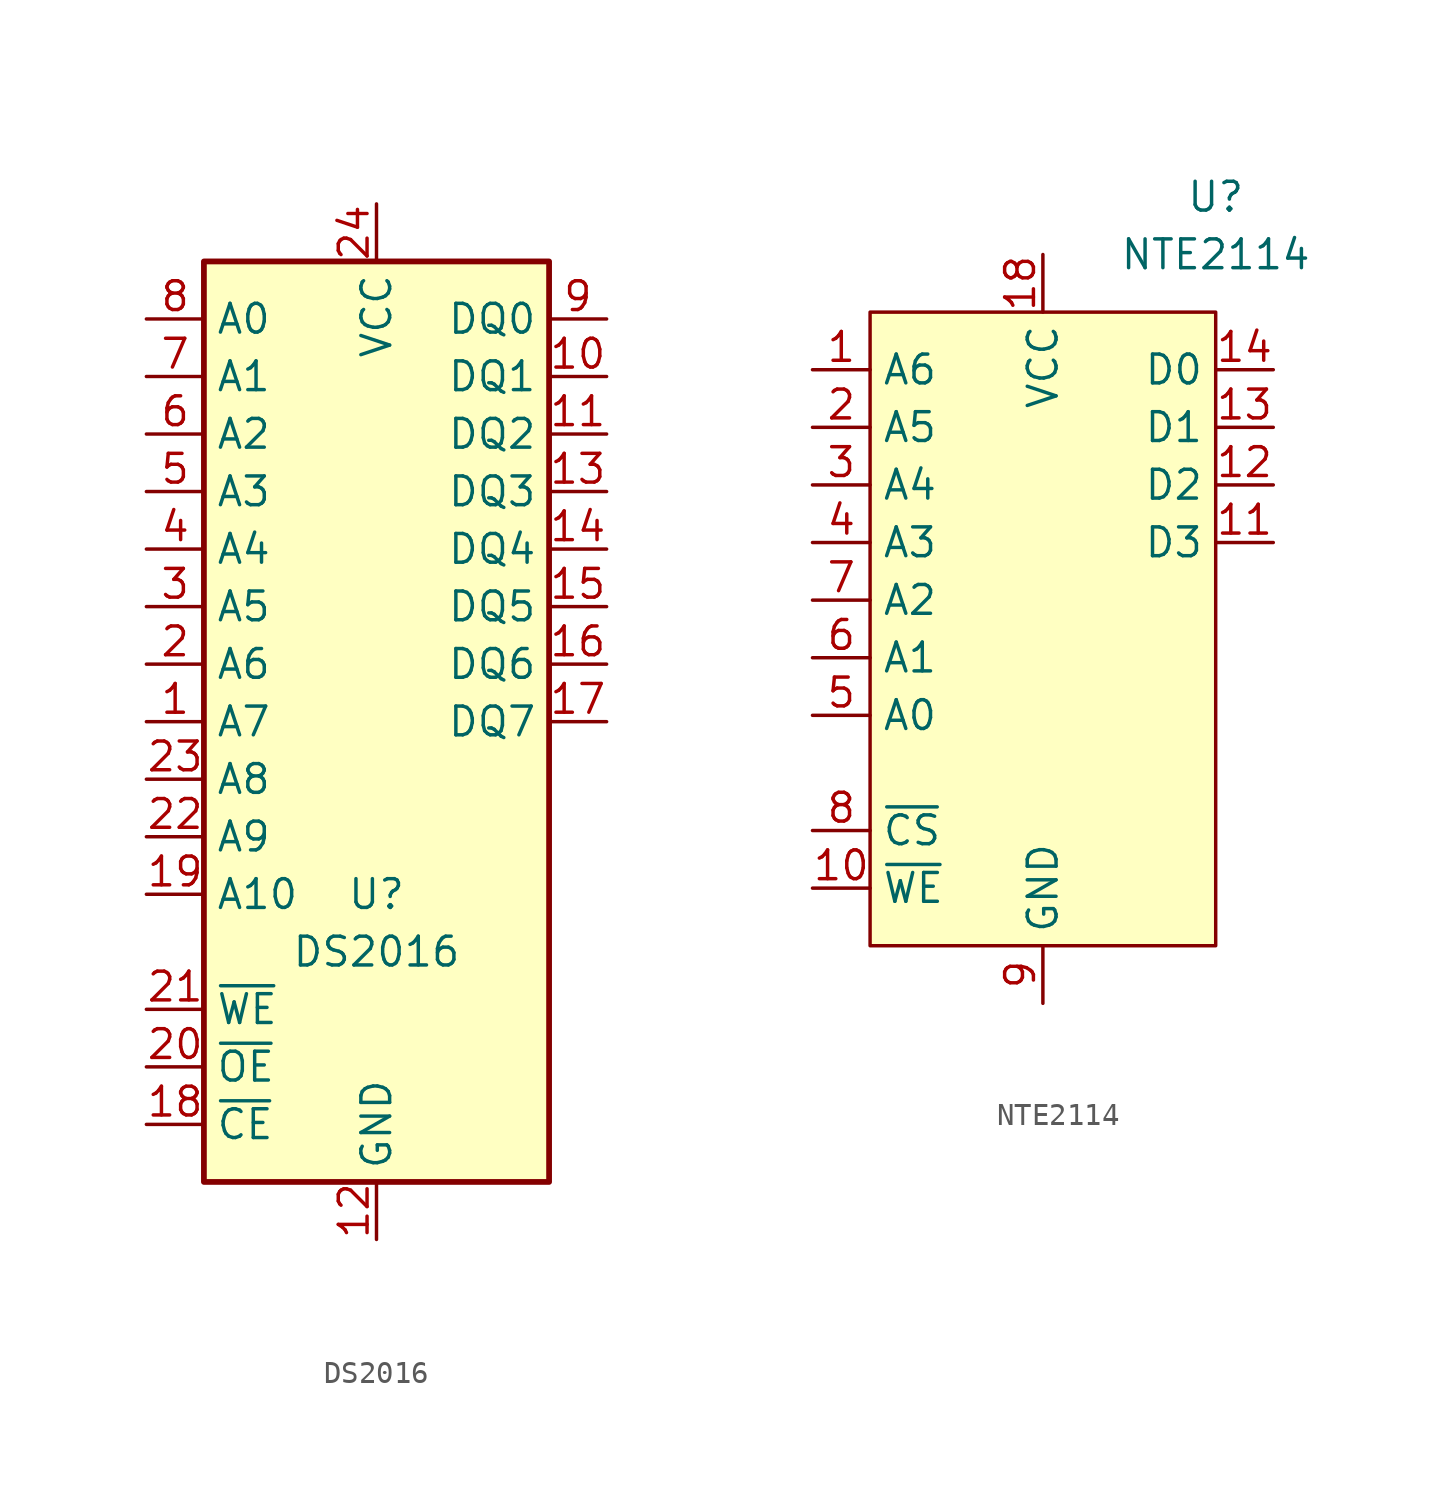
<source format=kicad_sym>
(kicad_symbol_lib
  (version 20220914)
  (generator kicad_symbol_editor)
  (symbol "DS2016"
    (property "Reference" "U"
      (at 0 -7.62 0)
      (effects (font (size 1.27 1.27))))
    (property "Value" "DS2016"
      (at 0 -10.16 0)
      (effects (font (size 1.27 1.27))))
    (symbol "DS2016_0_1"
      (rectangle (start -7.62 20.32) (end 7.62 -20.32) (stroke (width 0.254) (type default) (color 0 0 0 0)) (fill (type background))))
    (symbol "DS2016_1_1"
      (pin input line (at -10.16 0 0) (length 2.54) (name "A7" (effects (font (size 1.27 1.27)))) (number "1" (effects (font (size 1.27 1.27)))))
      (pin bidirectional line (at 10.16 15.24 180) (length 2.54) (name "DQ1" (effects (font (size 1.27 1.27)))) (number "10" (effects (font (size 1.27 1.27)))))
      (pin bidirectional line (at 10.16 12.7 180) (length 2.54) (name "DQ2" (effects (font (size 1.27 1.27)))) (number "11" (effects (font (size 1.27 1.27)))))
      (pin power_in line (at 0 -22.86 90) (length 2.54) (name "GND" (effects (font (size 1.27 1.27)))) (number "12" (effects (font (size 1.27 1.27)))))
      (pin bidirectional line (at 10.16 10.16 180) (length 2.54) (name "DQ3" (effects (font (size 1.27 1.27)))) (number "13" (effects (font (size 1.27 1.27)))))
      (pin bidirectional line (at 10.16 7.62 180) (length 2.54) (name "DQ4" (effects (font (size 1.27 1.27)))) (number "14" (effects (font (size 1.27 1.27)))))
      (pin bidirectional line (at 10.16 5.08 180) (length 2.54) (name "DQ5" (effects (font (size 1.27 1.27)))) (number "15" (effects (font (size 1.27 1.27)))))
      (pin bidirectional line (at 10.16 2.54 180) (length 2.54) (name "DQ6" (effects (font (size 1.27 1.27)))) (number "16" (effects (font (size 1.27 1.27)))))
      (pin bidirectional line (at 10.16 0 180) (length 2.54) (name "DQ7" (effects (font (size 1.27 1.27)))) (number "17" (effects (font (size 1.27 1.27)))))
      (pin input line (at -10.16 -17.78 0) (length 2.54) (name "~{CE}" (effects (font (size 1.27 1.27)))) (number "18" (effects (font (size 1.27 1.27)))))
      (pin input line (at -10.16 -7.62 0) (length 2.54) (name "A10" (effects (font (size 1.27 1.27)))) (number "19" (effects (font (size 1.27 1.27)))))
      (pin input line (at -10.16 2.54 0) (length 2.54) (name "A6" (effects (font (size 1.27 1.27)))) (number "2" (effects (font (size 1.27 1.27)))))
      (pin input line (at -10.16 -15.24 0) (length 2.54) (name "~{OE}" (effects (font (size 1.27 1.27)))) (number "20" (effects (font (size 1.27 1.27)))))
      (pin input line (at -10.16 -12.7 0) (length 2.54) (name "~{WE}" (effects (font (size 1.27 1.27)))) (number "21" (effects (font (size 1.27 1.27)))))
      (pin input line (at -10.16 -5.08 0) (length 2.54) (name "A9" (effects (font (size 1.27 1.27)))) (number "22" (effects (font (size 1.27 1.27)))))
      (pin input line (at -10.16 -2.54 0) (length 2.54) (name "A8" (effects (font (size 1.27 1.27)))) (number "23" (effects (font (size 1.27 1.27)))))
      (pin power_in line (at 0 22.86 270) (length 2.54) (name "VCC" (effects (font (size 1.27 1.27)))) (number "24" (effects (font (size 1.27 1.27)))))
      (pin input line (at -10.16 5.08 0) (length 2.54) (name "A5" (effects (font (size 1.27 1.27)))) (number "3" (effects (font (size 1.27 1.27)))))
      (pin input line (at -10.16 7.62 0) (length 2.54) (name "A4" (effects (font (size 1.27 1.27)))) (number "4" (effects (font (size 1.27 1.27)))))
      (pin input line (at -10.16 10.16 0) (length 2.54) (name "A3" (effects (font (size 1.27 1.27)))) (number "5" (effects (font (size 1.27 1.27)))))
      (pin input line (at -10.16 12.7 0) (length 2.54) (name "A2" (effects (font (size 1.27 1.27)))) (number "6" (effects (font (size 1.27 1.27)))))
      (pin input line (at -10.16 15.24 0) (length 2.54) (name "A1" (effects (font (size 1.27 1.27)))) (number "7" (effects (font (size 1.27 1.27)))))
      (pin input line (at -10.16 17.78 0) (length 2.54) (name "A0" (effects (font (size 1.27 1.27)))) (number "8" (effects (font (size 1.27 1.27)))))
      (pin bidirectional line (at 10.16 17.78 180) (length 2.54) (name "DQ0" (effects (font (size 1.27 1.27)))) (number "9" (effects (font (size 1.27 1.27)))))))
  (symbol "NTE2114"
    (property "Reference" "U"
      (at 7.62 17.78 0)
      (effects (font (size 1.27 1.27))))
    (property "Value" "NTE2114"
      (at 7.62 15.24 0)
      (effects (font (size 1.27 1.27))))
    (symbol "NTE2114_0_1"
      (rectangle (start -7.62 12.7) (end 7.62 -15.24) (stroke (width 0.152) (type default) (color 0 0 0 0)) (fill (type background))))
    (symbol "NTE2114_1_1"
      (pin input line (at -10.16 10.16 0) (length 2.54) (name "A6" (effects (font (size 1.27 1.27)))) (number "1" (effects (font (size 1.27 1.27)))))
      (pin input line (at -10.16 -12.7 0) (length 2.54) (name "~{WE}" (effects (font (size 1.27 1.27)))) (number "10" (effects (font (size 1.27 1.27)))))
      (pin bidirectional line (at 10.16 2.54 180) (length 2.54) (name "D3" (effects (font (size 1.27 1.27)))) (number "11" (effects (font (size 1.27 1.27)))))
      (pin bidirectional line (at 10.16 5.08 180) (length 2.54) (name "D2" (effects (font (size 1.27 1.27)))) (number "12" (effects (font (size 1.27 1.27)))))
      (pin bidirectional line (at 10.16 7.62 180) (length 2.54) (name "D1" (effects (font (size 1.27 1.27)))) (number "13" (effects (font (size 1.27 1.27)))))
      (pin bidirectional line (at 10.16 10.16 180) (length 2.54) (name "D0" (effects (font (size 1.27 1.27)))) (number "14" (effects (font (size 1.27 1.27)))))
      (pin power_in line (at 0 15.24 270) (length 2.54) (name "VCC" (effects (font (size 1.27 1.27)))) (number "18" (effects (font (size 1.27 1.27)))))
      (pin input line (at -10.16 7.62 0) (length 2.54) (name "A5" (effects (font (size 1.27 1.27)))) (number "2" (effects (font (size 1.27 1.27)))))
      (pin input line (at -10.16 5.08 0) (length 2.54) (name "A4" (effects (font (size 1.27 1.27)))) (number "3" (effects (font (size 1.27 1.27)))))
      (pin input line (at -10.16 2.54 0) (length 2.54) (name "A3" (effects (font (size 1.27 1.27)))) (number "4" (effects (font (size 1.27 1.27)))))
      (pin input line (at -10.16 -5.08 0) (length 2.54) (name "A0" (effects (font (size 1.27 1.27)))) (number "5" (effects (font (size 1.27 1.27)))))
      (pin input line (at -10.16 -2.54 0) (length 2.54) (name "A1" (effects (font (size 1.27 1.27)))) (number "6" (effects (font (size 1.27 1.27)))))
      (pin input line (at -10.16 0 0) (length 2.54) (name "A2" (effects (font (size 1.27 1.27)))) (number "7" (effects (font (size 1.27 1.27)))))
      (pin input line (at -10.16 -10.16 0) (length 2.54) (name "~{CS}" (effects (font (size 1.27 1.27)))) (number "8" (effects (font (size 1.27 1.27)))))
      (pin power_in line (at 0 -17.78 90) (length 2.54) (name "GND" (effects (font (size 1.27 1.27)))) (number "9" (effects (font (size 1.27 1.27))))))))
</source>
